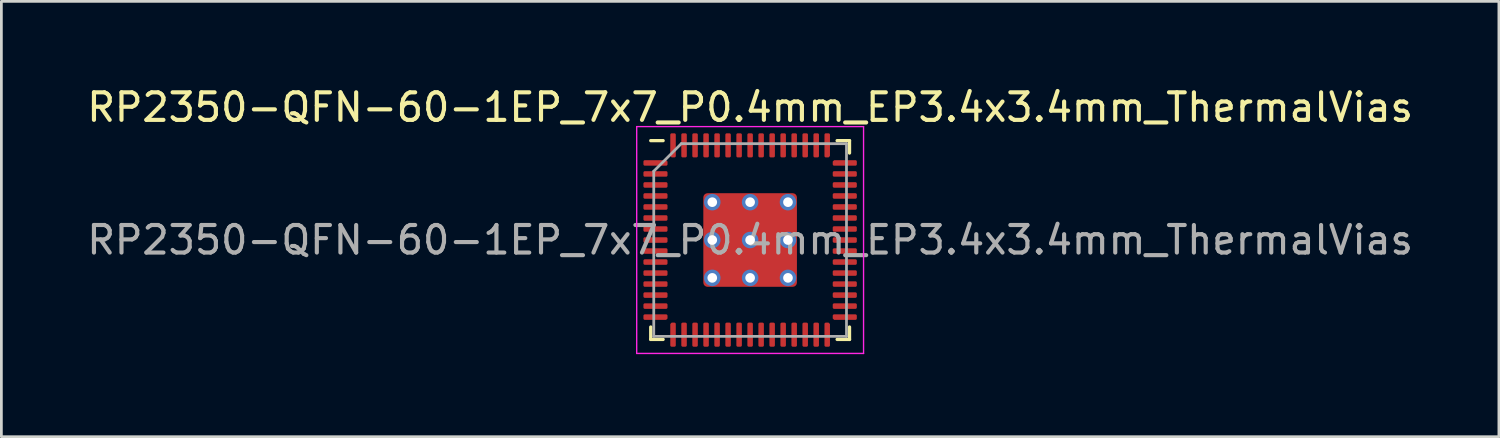
<source format=kicad_pcb>
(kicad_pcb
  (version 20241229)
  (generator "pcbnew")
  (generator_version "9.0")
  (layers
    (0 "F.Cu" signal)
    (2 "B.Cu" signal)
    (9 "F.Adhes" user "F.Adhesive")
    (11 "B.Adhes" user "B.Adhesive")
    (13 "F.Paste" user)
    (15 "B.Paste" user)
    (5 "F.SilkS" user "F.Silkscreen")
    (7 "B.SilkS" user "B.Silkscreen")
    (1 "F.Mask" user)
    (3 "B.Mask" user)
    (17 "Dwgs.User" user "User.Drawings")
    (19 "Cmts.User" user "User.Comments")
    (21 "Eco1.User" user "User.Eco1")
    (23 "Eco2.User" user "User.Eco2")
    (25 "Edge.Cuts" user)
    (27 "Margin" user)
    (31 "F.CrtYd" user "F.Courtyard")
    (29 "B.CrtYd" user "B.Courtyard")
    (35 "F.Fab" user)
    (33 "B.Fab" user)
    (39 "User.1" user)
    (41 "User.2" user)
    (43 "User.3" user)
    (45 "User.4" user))
  (footprint "RP2350-QFN-60-1EP_7x7_P0.4mm_EP3.4x3.4mm_ThermalVias"
    (layer "F.Cu")
    (at 24.196 5.668)
    (property "Reference" "RP2350-QFN-60-1EP_7x7_P0.4mm_EP3.4x3.4mm_ThermalVias" (at 0 -4.82 0) (layer "F.SilkS") (effects (font (size 1 1) (thickness 0.15))))
    (attr smd)
    (fp_line (start -3.61 3.61) (end -3.61 3.16) (stroke (width 0.12) (type solid)) (layer "F.SilkS"))
    (fp_line (start -3.16 -3.61) (end -3.61 -3.61) (stroke (width 0.12) (type solid)) (layer "F.SilkS"))
    (fp_line (start -3.16 3.61) (end -3.61 3.61) (stroke (width 0.12) (type solid)) (layer "F.SilkS"))
    (fp_line (start 3.16 -3.61) (end 3.61 -3.61) (stroke (width 0.12) (type solid)) (layer "F.SilkS"))
    (fp_line (start 3.16 3.61) (end 3.61 3.61) (stroke (width 0.12) (type solid)) (layer "F.SilkS"))
    (fp_line (start 3.61 -3.61) (end 3.61 -3.16) (stroke (width 0.12) (type solid)) (layer "F.SilkS"))
    (fp_line (start 3.61 3.61) (end 3.61 3.16) (stroke (width 0.12) (type solid)) (layer "F.SilkS"))
    (fp_line (start -4.12 -4.12) (end -4.12 4.12) (stroke (width 0.05) (type solid)) (layer "F.CrtYd"))
    (fp_line (start -4.12 4.12) (end 4.12 4.12) (stroke (width 0.05) (type solid)) (layer "F.CrtYd"))
    (fp_line (start 4.12 -4.12) (end -4.12 -4.12) (stroke (width 0.05) (type solid)) (layer "F.CrtYd"))
    (fp_line (start 4.12 4.12) (end 4.12 -4.12) (stroke (width 0.05) (type solid)) (layer "F.CrtYd"))
    (fp_line (start -3.5 -2.5) (end -2.5 -3.5) (stroke (width 0.1) (type solid)) (layer "F.Fab"))
    (fp_line (start -3.5 3.5) (end -3.5 -2.5) (stroke (width 0.1) (type solid)) (layer "F.Fab"))
    (fp_line (start -2.5 -3.5) (end 3.5 -3.5) (stroke (width 0.1) (type solid)) (layer "F.Fab"))
    (fp_line (start 3.5 -3.5) (end 3.5 3.5) (stroke (width 0.1) (type solid)) (layer "F.Fab"))
    (fp_line (start 3.5 3.5) (end -3.5 3.5) (stroke (width 0.1) (type solid)) (layer "F.Fab"))
    (fp_text user "${REFERENCE}" (at 0 0 0) (layer "F.Fab") (effects (font (size 1 1) (thickness 0.15))))
    (pad "" smd roundrect (at -0.7 -0.7) (size 1.2 1.2) (layers "F.Paste") (roundrect_rratio 0.208))
    (pad "" smd roundrect (at -0.7 0.7) (size 1.2 1.2) (layers "F.Paste") (roundrect_rratio 0.208))
    (pad "" smd roundrect (at 0.7 -0.7) (size 1.2 1.2) (layers "F.Paste") (roundrect_rratio 0.208))
    (pad "" smd roundrect (at 0.7 0.7) (size 1.2 1.2) (layers "F.Paste") (roundrect_rratio 0.208))
    (pad "1" smd roundrect (at -3.438 -2.8) (size 0.875 0.2) (layers "F.Cu" "F.Mask" "F.Paste") (roundrect_rratio 0.25) (chamfer_ratio 0.25) (chamfer top_right))
    (pad "2" smd roundrect (at -3.438 -2.4) (size 0.875 0.2) (layers "F.Cu" "F.Mask" "F.Paste") (roundrect_rratio 0.25))
    (pad "3" smd roundrect (at -3.438 -2) (size 0.875 0.2) (layers "F.Cu" "F.Mask" "F.Paste") (roundrect_rratio 0.25))
    (pad "4" smd roundrect (at -3.438 -1.6) (size 0.875 0.2) (layers "F.Cu" "F.Mask" "F.Paste") (roundrect_rratio 0.25))
    (pad "5" smd roundrect (at -3.438 -1.2) (size 0.875 0.2) (layers "F.Cu" "F.Mask" "F.Paste") (roundrect_rratio 0.25))
    (pad "6" smd roundrect (at -3.438 -0.8) (size 0.875 0.2) (layers "F.Cu" "F.Mask" "F.Paste") (roundrect_rratio 0.25))
    (pad "7" smd roundrect (at -3.438 -0.4) (size 0.875 0.2) (layers "F.Cu" "F.Mask" "F.Paste") (roundrect_rratio 0.25))
    (pad "8" smd roundrect (at -3.438 0) (size 0.875 0.2) (layers "F.Cu" "F.Mask" "F.Paste") (roundrect_rratio 0.25))
    (pad "9" smd roundrect (at -3.438 0.4) (size 0.875 0.2) (layers "F.Cu" "F.Mask" "F.Paste") (roundrect_rratio 0.25))
    (pad "10" smd roundrect (at -3.438 0.8) (size 0.875 0.2) (layers "F.Cu" "F.Mask" "F.Paste") (roundrect_rratio 0.25))
    (pad "11" smd roundrect (at -3.438 1.2) (size 0.875 0.2) (layers "F.Cu" "F.Mask" "F.Paste") (roundrect_rratio 0.25))
    (pad "12" smd roundrect (at -3.438 1.6) (size 0.875 0.2) (layers "F.Cu" "F.Mask" "F.Paste") (roundrect_rratio 0.25))
    (pad "13" smd roundrect (at -3.438 2) (size 0.875 0.2) (layers "F.Cu" "F.Mask" "F.Paste") (roundrect_rratio 0.25))
    (pad "14" smd roundrect (at -3.438 2.4) (size 0.875 0.2) (layers "F.Cu" "F.Mask" "F.Paste") (roundrect_rratio 0.25))
    (pad "15" smd roundrect (at -3.438 2.8) (size 0.875 0.2) (layers "F.Cu" "F.Mask" "F.Paste") (roundrect_rratio 0.25) (chamfer_ratio 0.25) (chamfer bottom_right))
    (pad "16" smd roundrect (at -2.8 3.438) (size 0.2 0.875) (layers "F.Cu" "F.Mask" "F.Paste") (roundrect_rratio 0.25) (chamfer_ratio 0.25) (chamfer top_left))
    (pad "17" smd roundrect (at -2.4 3.438) (size 0.2 0.875) (layers "F.Cu" "F.Mask" "F.Paste") (roundrect_rratio 0.25))
    (pad "18" smd roundrect (at -2 3.438) (size 0.2 0.875) (layers "F.Cu" "F.Mask" "F.Paste") (roundrect_rratio 0.25))
    (pad "19" smd roundrect (at -1.6 3.438) (size 0.2 0.875) (layers "F.Cu" "F.Mask" "F.Paste") (roundrect_rratio 0.25))
    (pad "20" smd roundrect (at -1.2 3.438) (size 0.2 0.875) (layers "F.Cu" "F.Mask" "F.Paste") (roundrect_rratio 0.25))
    (pad "21" smd roundrect (at -0.8 3.438) (size 0.2 0.875) (layers "F.Cu" "F.Mask" "F.Paste") (roundrect_rratio 0.25))
    (pad "22" smd roundrect (at -0.4 3.438) (size 0.2 0.875) (layers "F.Cu" "F.Mask" "F.Paste") (roundrect_rratio 0.25))
    (pad "23" smd roundrect (at 0 3.438) (size 0.2 0.875) (layers "F.Cu" "F.Mask" "F.Paste") (roundrect_rratio 0.25))
    (pad "24" smd roundrect (at 0.4 3.438) (size 0.2 0.875) (layers "F.Cu" "F.Mask" "F.Paste") (roundrect_rratio 0.25))
    (pad "25" smd roundrect (at 0.8 3.438) (size 0.2 0.875) (layers "F.Cu" "F.Mask" "F.Paste") (roundrect_rratio 0.25))
    (pad "26" smd roundrect (at 1.2 3.438) (size 0.2 0.875) (layers "F.Cu" "F.Mask" "F.Paste") (roundrect_rratio 0.25))
    (pad "27" smd roundrect (at 1.6 3.438) (size 0.2 0.875) (layers "F.Cu" "F.Mask" "F.Paste") (roundrect_rratio 0.25))
    (pad "28" smd roundrect (at 2 3.438) (size 0.2 0.875) (layers "F.Cu" "F.Mask" "F.Paste") (roundrect_rratio 0.25))
    (pad "29" smd roundrect (at 2.4 3.438) (size 0.2 0.875) (layers "F.Cu" "F.Mask" "F.Paste") (roundrect_rratio 0.25))
    (pad "30" smd roundrect (at 2.8 3.438) (size 0.2 0.875) (layers "F.Cu" "F.Mask" "F.Paste") (roundrect_rratio 0.25) (chamfer_ratio 0.25) (chamfer top_right))
    (pad "31" smd roundrect (at 3.438 2.8) (size 0.875 0.2) (layers "F.Cu" "F.Mask" "F.Paste") (roundrect_rratio 0.25) (chamfer_ratio 0.25) (chamfer bottom_left))
    (pad "32" smd roundrect (at 3.438 2.4) (size 0.875 0.2) (layers "F.Cu" "F.Mask" "F.Paste") (roundrect_rratio 0.25))
    (pad "33" smd roundrect (at 3.438 2) (size 0.875 0.2) (layers "F.Cu" "F.Mask" "F.Paste") (roundrect_rratio 0.25))
    (pad "34" smd roundrect (at 3.438 1.6) (size 0.875 0.2) (layers "F.Cu" "F.Mask" "F.Paste") (roundrect_rratio 0.25))
    (pad "35" smd roundrect (at 3.438 1.2) (size 0.875 0.2) (layers "F.Cu" "F.Mask" "F.Paste") (roundrect_rratio 0.25))
    (pad "36" smd roundrect (at 3.438 0.8) (size 0.875 0.2) (layers "F.Cu" "F.Mask" "F.Paste") (roundrect_rratio 0.25))
    (pad "37" smd roundrect (at 3.438 0.4) (size 0.875 0.2) (layers "F.Cu" "F.Mask" "F.Paste") (roundrect_rratio 0.25))
    (pad "38" smd roundrect (at 3.438 0) (size 0.875 0.2) (layers "F.Cu" "F.Mask" "F.Paste") (roundrect_rratio 0.25))
    (pad "39" smd roundrect (at 3.438 -0.4) (size 0.875 0.2) (layers "F.Cu" "F.Mask" "F.Paste") (roundrect_rratio 0.25))
    (pad "40" smd roundrect (at 3.438 -0.8) (size 0.875 0.2) (layers "F.Cu" "F.Mask" "F.Paste") (roundrect_rratio 0.25))
    (pad "41" smd roundrect (at 3.438 -1.2) (size 0.875 0.2) (layers "F.Cu" "F.Mask" "F.Paste") (roundrect_rratio 0.25))
    (pad "42" smd roundrect (at 3.438 -1.6) (size 0.875 0.2) (layers "F.Cu" "F.Mask" "F.Paste") (roundrect_rratio 0.25))
    (pad "43" smd roundrect (at 3.438 -2) (size 0.875 0.2) (layers "F.Cu" "F.Mask" "F.Paste") (roundrect_rratio 0.25))
    (pad "44" smd roundrect (at 3.438 -2.4) (size 0.875 0.2) (layers "F.Cu" "F.Mask" "F.Paste") (roundrect_rratio 0.25))
    (pad "45" smd roundrect (at 3.438 -2.8) (size 0.875 0.2) (layers "F.Cu" "F.Mask" "F.Paste") (roundrect_rratio 0.25) (chamfer_ratio 0.25) (chamfer top_left))
    (pad "46" smd roundrect (at 2.8 -3.438) (size 0.2 0.875) (layers "F.Cu" "F.Mask" "F.Paste") (roundrect_rratio 0.25) (chamfer_ratio 0.25) (chamfer bottom_right))
    (pad "47" smd roundrect (at 2.4 -3.438) (size 0.2 0.875) (layers "F.Cu" "F.Mask" "F.Paste") (roundrect_rratio 0.25))
    (pad "48" smd roundrect (at 2 -3.438) (size 0.2 0.875) (layers "F.Cu" "F.Mask" "F.Paste") (roundrect_rratio 0.25))
    (pad "49" smd roundrect (at 1.6 -3.438) (size 0.2 0.875) (layers "F.Cu" "F.Mask" "F.Paste") (roundrect_rratio 0.25))
    (pad "50" smd roundrect (at 1.2 -3.438) (size 0.2 0.875) (layers "F.Cu" "F.Mask" "F.Paste") (roundrect_rratio 0.25))
    (pad "51" smd roundrect (at 0.8 -3.438) (size 0.2 0.875) (layers "F.Cu" "F.Mask" "F.Paste") (roundrect_rratio 0.25))
    (pad "52" smd roundrect (at 0.4 -3.438) (size 0.2 0.875) (layers "F.Cu" "F.Mask" "F.Paste") (roundrect_rratio 0.25))
    (pad "53" smd roundrect (at 0 -3.438) (size 0.2 0.875) (layers "F.Cu" "F.Mask" "F.Paste") (roundrect_rratio 0.25))
    (pad "54" smd roundrect (at -0.4 -3.438) (size 0.2 0.875) (layers "F.Cu" "F.Mask" "F.Paste") (roundrect_rratio 0.25))
    (pad "55" smd roundrect (at -0.8 -3.438) (size 0.2 0.875) (layers "F.Cu" "F.Mask" "F.Paste") (roundrect_rratio 0.25))
    (pad "56" smd roundrect (at -1.2 -3.438) (size 0.2 0.875) (layers "F.Cu" "F.Mask" "F.Paste") (roundrect_rratio 0.25))
    (pad "57" smd roundrect (at -1.6 -3.438) (size 0.2 0.875) (layers "F.Cu" "F.Mask" "F.Paste") (roundrect_rratio 0.25))
    (pad "58" smd roundrect (at -2 -3.438) (size 0.2 0.875) (layers "F.Cu" "F.Mask" "F.Paste") (roundrect_rratio 0.25))
    (pad "59" smd roundrect (at -2.4 -3.438) (size 0.2 0.875) (layers "F.Cu" "F.Mask" "F.Paste") (roundrect_rratio 0.25))
    (pad "60" smd roundrect (at -2.8 -3.438) (size 0.2 0.875) (layers "F.Cu" "F.Mask" "F.Paste") (roundrect_rratio 0.25) (chamfer_ratio 0.25) (chamfer bottom_left))
    (pad "61" thru_hole circle (at -1.375 -1.375) (size 0.6 0.6) (drill 0.35) (layers "*.Cu"))
    (pad "61" thru_hole circle (at -1.375 0) (size 0.6 0.6) (drill 0.35) (layers "*.Cu"))
    (pad "61" thru_hole circle (at -1.375 1.375) (size 0.6 0.6) (drill 0.35) (layers "*.Cu"))
    (pad "61" thru_hole circle (at 0 -1.375) (size 0.6 0.6) (drill 0.35) (layers "*.Cu"))
    (pad "61" thru_hole circle (at 0 0) (size 0.6 0.6) (drill 0.35) (layers "*.Cu"))
    (pad "61" smd roundrect (at 0 0 90) (size 3.4 3.4) (layers "F.Cu" "F.Mask") (roundrect_rratio 0.045))
    (pad "61" thru_hole circle (at 0 1.375) (size 0.6 0.6) (drill 0.35) (layers "*.Cu"))
    (pad "61" thru_hole circle (at 1.375 -1.375) (size 0.6 0.6) (drill 0.35) (layers "*.Cu"))
    (pad "61" thru_hole circle (at 1.375 0) (size 0.6 0.6) (drill 0.35) (layers "*.Cu"))
    (pad "61" thru_hole circle (at 1.375 1.375) (size 0.6 0.6) (drill 0.35) (layers "*.Cu")))
  (gr_rect
    (start -3 -3)
    (end 51.393 12.813)
    (stroke (width 0.1) (type default))
    (fill no)
    (layer "Edge.Cuts")))
</source>
